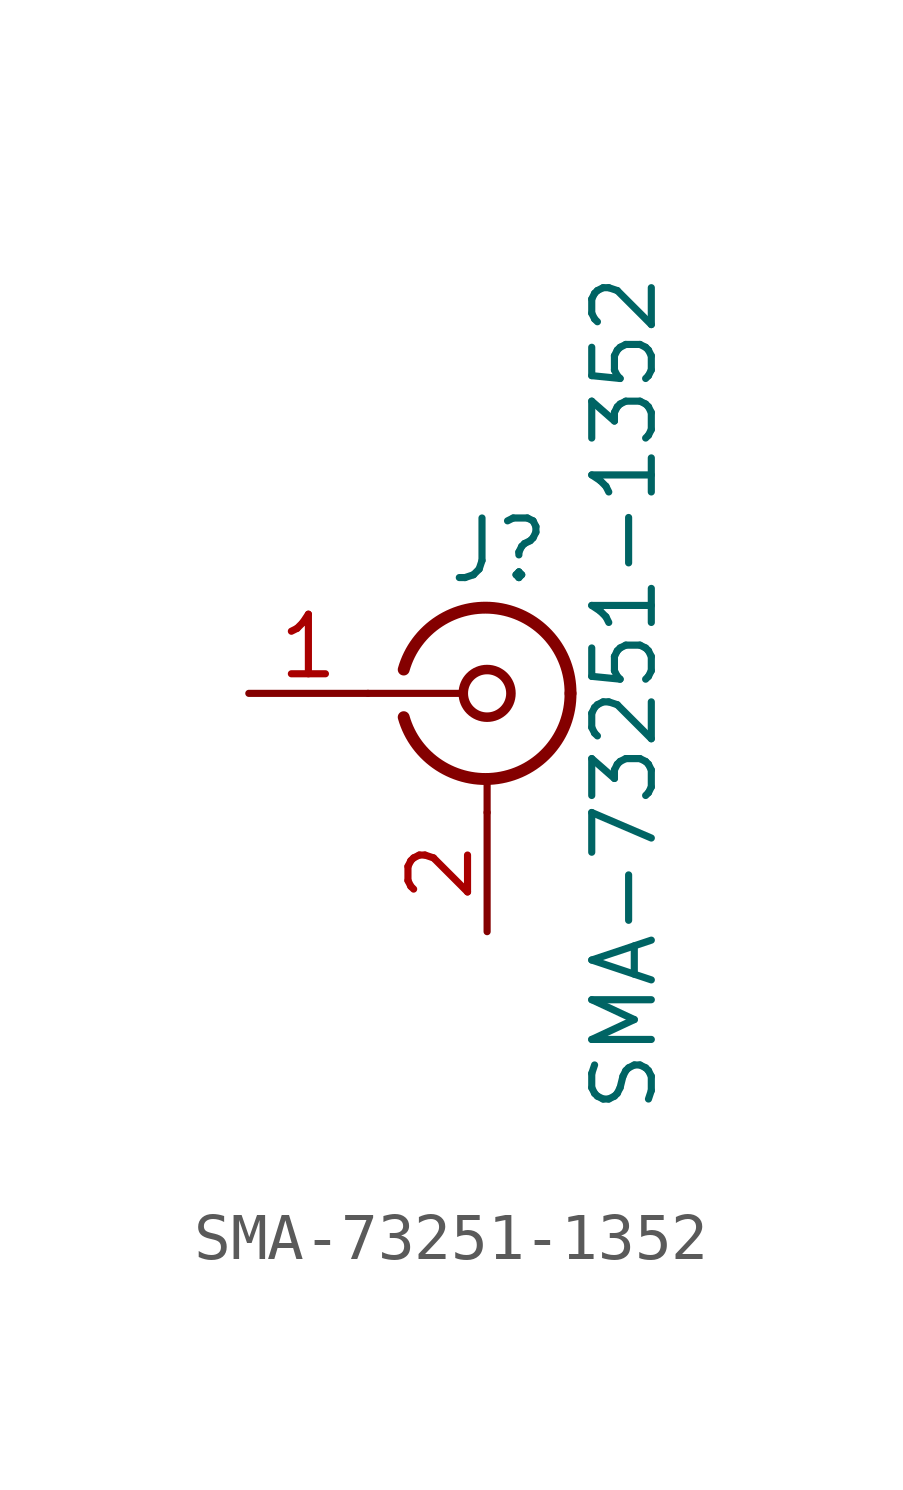
<source format=kicad_sym>
(kicad_symbol_lib
  (version 20211014)
  (generator kicad_symbol_editor)
  (symbol "SMA-73251-1352"
    (pin_names
      (offset 1.016) hide)
    (property "Reference" "J"
      (at 0.254 3.048 0)
      (effects (font (size 1.27 1.27))))
    (property "Value" "SMA-73251-1352"
      (at 2.921 0 90)
      (effects (font (size 1.27 1.27))))
    (symbol "SMA-73251-1352_0_1"
      (arc (start -1.778 -0.508) (mid 0.222 -1.808) (end 1.778 0) (stroke (width 0.254) (type default) (color 0 0 0 0)) (fill (type none)))
      (polyline (pts (xy -2.54 0) (xy -0.508 0)) (stroke (width 0) (type default) (color 0 0 0 0)) (fill (type none)))
      (polyline (pts (xy 0 -2.54) (xy 0 -1.778)) (stroke (width 0) (type default) (color 0 0 0 0)) (fill (type none)))
      (circle (center 0 0) (radius 0.508) (stroke (width 0.203) (type default) (color 0 0 0 0)) (fill (type none)))
      (arc (start 1.778 0) (mid 0.222 1.8083) (end -1.778 0.508) (stroke (width 0.254) (type default) (color 0 0 0 0)) (fill (type none))))
    (symbol "SMA-73251-1352_1_1"
      (pin passive line (at -5.08 0 0) (length 2.54) (name "In" (effects (font (size 1.27 1.27)))) (number "1" (effects (font (size 1.27 1.27)))))
      (pin passive line (at 0 -5.08 90) (length 2.54) (name "Ext" (effects (font (size 1.27 1.27)))) (number "2" (effects (font (size 1.27 1.27))))))))
</source>
